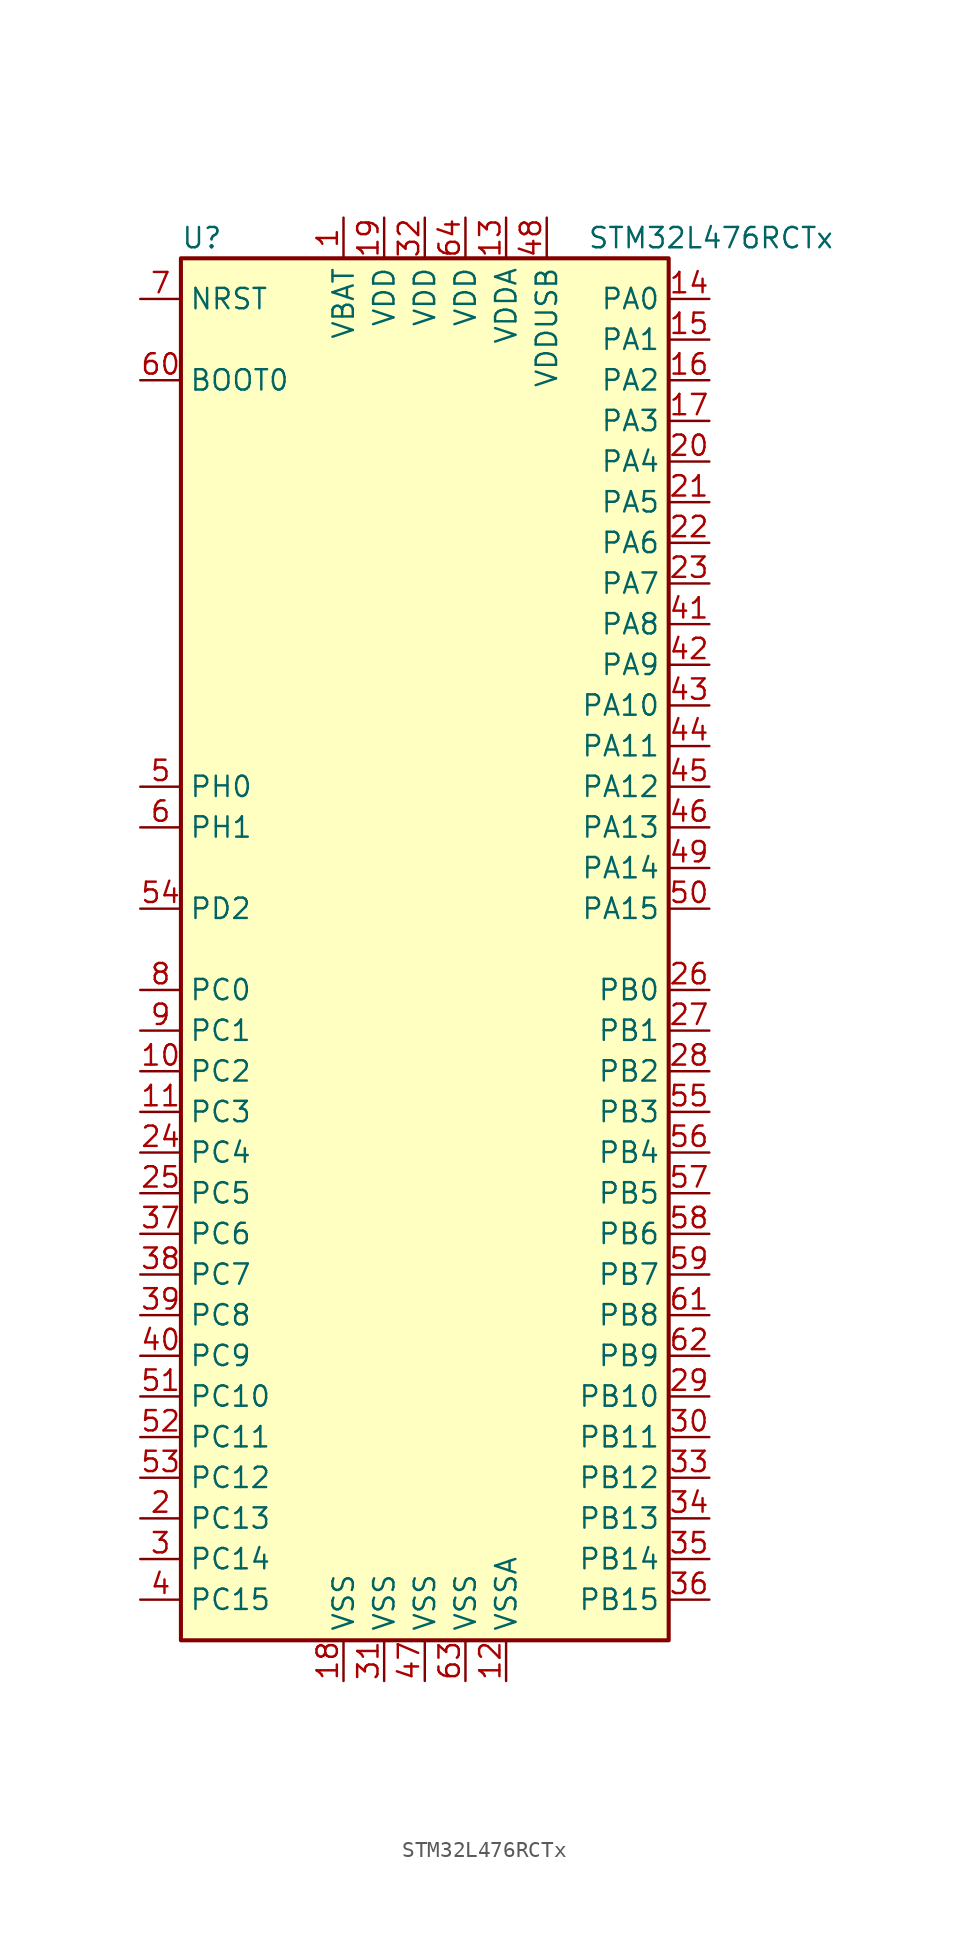
<source format=kicad_sym>
(kicad_symbol_lib
  (version 20201005)
  (generator kicad_symbol_editor)
  (symbol "MCU_ST_STM32L4:STM32L476RCTx"
    (property "Reference" "U"
      (at -15.24 44.45 0)
      (effects (font (size 1.27 1.27)) (justify left)))
    (property "Value" "STM32L476RCTx"
      (at 10.16 44.45 0)
      (effects (font (size 1.27 1.27)) (justify left)))
    (symbol "STM32L476RCTx_0_1"
      (rectangle (start -15.24 -43.18) (end 15.24 43.18) (stroke (width 0.254)) (fill (type background))))
    (symbol "STM32L476RCTx_1_1"
      (pin power_in line (at -5.08 45.72 270) (length 2.54) (name "VBAT" (effects (font (size 1.27 1.27)))) (number "1" (effects (font (size 1.27 1.27)))))
      (pin bidirectional line (at -17.78 -7.62 0) (length 2.54) (name "PC2" (effects (font (size 1.27 1.27)))) (number "10" (effects (font (size 1.27 1.27)))))
      (pin bidirectional line (at -17.78 -10.16 0) (length 2.54) (name "PC3" (effects (font (size 1.27 1.27)))) (number "11" (effects (font (size 1.27 1.27)))))
      (pin power_in line (at 5.08 -45.72 90) (length 2.54) (name "VSSA" (effects (font (size 1.27 1.27)))) (number "12" (effects (font (size 1.27 1.27)))))
      (pin power_in line (at 5.08 45.72 270) (length 2.54) (name "VDDA" (effects (font (size 1.27 1.27)))) (number "13" (effects (font (size 1.27 1.27)))))
      (pin bidirectional line (at 17.78 40.64 180) (length 2.54) (name "PA0" (effects (font (size 1.27 1.27)))) (number "14" (effects (font (size 1.27 1.27)))))
      (pin bidirectional line (at 17.78 38.1 180) (length 2.54) (name "PA1" (effects (font (size 1.27 1.27)))) (number "15" (effects (font (size 1.27 1.27)))))
      (pin bidirectional line (at 17.78 35.56 180) (length 2.54) (name "PA2" (effects (font (size 1.27 1.27)))) (number "16" (effects (font (size 1.27 1.27)))))
      (pin bidirectional line (at 17.78 33.02 180) (length 2.54) (name "PA3" (effects (font (size 1.27 1.27)))) (number "17" (effects (font (size 1.27 1.27)))))
      (pin power_in line (at -5.08 -45.72 90) (length 2.54) (name "VSS" (effects (font (size 1.27 1.27)))) (number "18" (effects (font (size 1.27 1.27)))))
      (pin power_in line (at -2.54 45.72 270) (length 2.54) (name "VDD" (effects (font (size 1.27 1.27)))) (number "19" (effects (font (size 1.27 1.27)))))
      (pin bidirectional line (at -17.78 -35.56 0) (length 2.54) (name "PC13" (effects (font (size 1.27 1.27)))) (number "2" (effects (font (size 1.27 1.27)))))
      (pin bidirectional line (at 17.78 30.48 180) (length 2.54) (name "PA4" (effects (font (size 1.27 1.27)))) (number "20" (effects (font (size 1.27 1.27)))))
      (pin bidirectional line (at 17.78 27.94 180) (length 2.54) (name "PA5" (effects (font (size 1.27 1.27)))) (number "21" (effects (font (size 1.27 1.27)))))
      (pin bidirectional line (at 17.78 25.4 180) (length 2.54) (name "PA6" (effects (font (size 1.27 1.27)))) (number "22" (effects (font (size 1.27 1.27)))))
      (pin bidirectional line (at 17.78 22.86 180) (length 2.54) (name "PA7" (effects (font (size 1.27 1.27)))) (number "23" (effects (font (size 1.27 1.27)))))
      (pin bidirectional line (at -17.78 -12.7 0) (length 2.54) (name "PC4" (effects (font (size 1.27 1.27)))) (number "24" (effects (font (size 1.27 1.27)))))
      (pin bidirectional line (at -17.78 -15.24 0) (length 2.54) (name "PC5" (effects (font (size 1.27 1.27)))) (number "25" (effects (font (size 1.27 1.27)))))
      (pin bidirectional line (at 17.78 -2.54 180) (length 2.54) (name "PB0" (effects (font (size 1.27 1.27)))) (number "26" (effects (font (size 1.27 1.27)))))
      (pin bidirectional line (at 17.78 -5.08 180) (length 2.54) (name "PB1" (effects (font (size 1.27 1.27)))) (number "27" (effects (font (size 1.27 1.27)))))
      (pin bidirectional line (at 17.78 -7.62 180) (length 2.54) (name "PB2" (effects (font (size 1.27 1.27)))) (number "28" (effects (font (size 1.27 1.27)))))
      (pin bidirectional line (at 17.78 -27.94 180) (length 2.54) (name "PB10" (effects (font (size 1.27 1.27)))) (number "29" (effects (font (size 1.27 1.27)))))
      (pin bidirectional line (at -17.78 -38.1 0) (length 2.54) (name "PC14" (effects (font (size 1.27 1.27)))) (number "3" (effects (font (size 1.27 1.27)))))
      (pin bidirectional line (at 17.78 -30.48 180) (length 2.54) (name "PB11" (effects (font (size 1.27 1.27)))) (number "30" (effects (font (size 1.27 1.27)))))
      (pin power_in line (at -2.54 -45.72 90) (length 2.54) (name "VSS" (effects (font (size 1.27 1.27)))) (number "31" (effects (font (size 1.27 1.27)))))
      (pin power_in line (at 0 45.72 270) (length 2.54) (name "VDD" (effects (font (size 1.27 1.27)))) (number "32" (effects (font (size 1.27 1.27)))))
      (pin bidirectional line (at 17.78 -33.02 180) (length 2.54) (name "PB12" (effects (font (size 1.27 1.27)))) (number "33" (effects (font (size 1.27 1.27)))))
      (pin bidirectional line (at 17.78 -35.56 180) (length 2.54) (name "PB13" (effects (font (size 1.27 1.27)))) (number "34" (effects (font (size 1.27 1.27)))))
      (pin bidirectional line (at 17.78 -38.1 180) (length 2.54) (name "PB14" (effects (font (size 1.27 1.27)))) (number "35" (effects (font (size 1.27 1.27)))))
      (pin bidirectional line (at 17.78 -40.64 180) (length 2.54) (name "PB15" (effects (font (size 1.27 1.27)))) (number "36" (effects (font (size 1.27 1.27)))))
      (pin bidirectional line (at -17.78 -17.78 0) (length 2.54) (name "PC6" (effects (font (size 1.27 1.27)))) (number "37" (effects (font (size 1.27 1.27)))))
      (pin bidirectional line (at -17.78 -20.32 0) (length 2.54) (name "PC7" (effects (font (size 1.27 1.27)))) (number "38" (effects (font (size 1.27 1.27)))))
      (pin bidirectional line (at -17.78 -22.86 0) (length 2.54) (name "PC8" (effects (font (size 1.27 1.27)))) (number "39" (effects (font (size 1.27 1.27)))))
      (pin bidirectional line (at -17.78 -40.64 0) (length 2.54) (name "PC15" (effects (font (size 1.27 1.27)))) (number "4" (effects (font (size 1.27 1.27)))))
      (pin bidirectional line (at -17.78 -25.4 0) (length 2.54) (name "PC9" (effects (font (size 1.27 1.27)))) (number "40" (effects (font (size 1.27 1.27)))))
      (pin bidirectional line (at 17.78 20.32 180) (length 2.54) (name "PA8" (effects (font (size 1.27 1.27)))) (number "41" (effects (font (size 1.27 1.27)))))
      (pin bidirectional line (at 17.78 17.78 180) (length 2.54) (name "PA9" (effects (font (size 1.27 1.27)))) (number "42" (effects (font (size 1.27 1.27)))))
      (pin bidirectional line (at 17.78 15.24 180) (length 2.54) (name "PA10" (effects (font (size 1.27 1.27)))) (number "43" (effects (font (size 1.27 1.27)))))
      (pin bidirectional line (at 17.78 12.7 180) (length 2.54) (name "PA11" (effects (font (size 1.27 1.27)))) (number "44" (effects (font (size 1.27 1.27)))))
      (pin bidirectional line (at 17.78 10.16 180) (length 2.54) (name "PA12" (effects (font (size 1.27 1.27)))) (number "45" (effects (font (size 1.27 1.27)))))
      (pin bidirectional line (at 17.78 7.62 180) (length 2.54) (name "PA13" (effects (font (size 1.27 1.27)))) (number "46" (effects (font (size 1.27 1.27)))))
      (pin power_in line (at 0 -45.72 90) (length 2.54) (name "VSS" (effects (font (size 1.27 1.27)))) (number "47" (effects (font (size 1.27 1.27)))))
      (pin power_in line (at 7.62 45.72 270) (length 2.54) (name "VDDUSB" (effects (font (size 1.27 1.27)))) (number "48" (effects (font (size 1.27 1.27)))))
      (pin bidirectional line (at 17.78 5.08 180) (length 2.54) (name "PA14" (effects (font (size 1.27 1.27)))) (number "49" (effects (font (size 1.27 1.27)))))
      (pin input line (at -17.78 10.16 0) (length 2.54) (name "PH0" (effects (font (size 1.27 1.27)))) (number "5" (effects (font (size 1.27 1.27)))))
      (pin bidirectional line (at 17.78 2.54 180) (length 2.54) (name "PA15" (effects (font (size 1.27 1.27)))) (number "50" (effects (font (size 1.27 1.27)))))
      (pin bidirectional line (at -17.78 -27.94 0) (length 2.54) (name "PC10" (effects (font (size 1.27 1.27)))) (number "51" (effects (font (size 1.27 1.27)))))
      (pin bidirectional line (at -17.78 -30.48 0) (length 2.54) (name "PC11" (effects (font (size 1.27 1.27)))) (number "52" (effects (font (size 1.27 1.27)))))
      (pin bidirectional line (at -17.78 -33.02 0) (length 2.54) (name "PC12" (effects (font (size 1.27 1.27)))) (number "53" (effects (font (size 1.27 1.27)))))
      (pin bidirectional line (at -17.78 2.54 0) (length 2.54) (name "PD2" (effects (font (size 1.27 1.27)))) (number "54" (effects (font (size 1.27 1.27)))))
      (pin bidirectional line (at 17.78 -10.16 180) (length 2.54) (name "PB3" (effects (font (size 1.27 1.27)))) (number "55" (effects (font (size 1.27 1.27)))))
      (pin bidirectional line (at 17.78 -12.7 180) (length 2.54) (name "PB4" (effects (font (size 1.27 1.27)))) (number "56" (effects (font (size 1.27 1.27)))))
      (pin bidirectional line (at 17.78 -15.24 180) (length 2.54) (name "PB5" (effects (font (size 1.27 1.27)))) (number "57" (effects (font (size 1.27 1.27)))))
      (pin bidirectional line (at 17.78 -17.78 180) (length 2.54) (name "PB6" (effects (font (size 1.27 1.27)))) (number "58" (effects (font (size 1.27 1.27)))))
      (pin bidirectional line (at 17.78 -20.32 180) (length 2.54) (name "PB7" (effects (font (size 1.27 1.27)))) (number "59" (effects (font (size 1.27 1.27)))))
      (pin input line (at -17.78 7.62 0) (length 2.54) (name "PH1" (effects (font (size 1.27 1.27)))) (number "6" (effects (font (size 1.27 1.27)))))
      (pin input line (at -17.78 35.56 0) (length 2.54) (name "BOOT0" (effects (font (size 1.27 1.27)))) (number "60" (effects (font (size 1.27 1.27)))))
      (pin bidirectional line (at 17.78 -22.86 180) (length 2.54) (name "PB8" (effects (font (size 1.27 1.27)))) (number "61" (effects (font (size 1.27 1.27)))))
      (pin bidirectional line (at 17.78 -25.4 180) (length 2.54) (name "PB9" (effects (font (size 1.27 1.27)))) (number "62" (effects (font (size 1.27 1.27)))))
      (pin power_in line (at 2.54 -45.72 90) (length 2.54) (name "VSS" (effects (font (size 1.27 1.27)))) (number "63" (effects (font (size 1.27 1.27)))))
      (pin power_in line (at 2.54 45.72 270) (length 2.54) (name "VDD" (effects (font (size 1.27 1.27)))) (number "64" (effects (font (size 1.27 1.27)))))
      (pin input line (at -17.78 40.64 0) (length 2.54) (name "NRST" (effects (font (size 1.27 1.27)))) (number "7" (effects (font (size 1.27 1.27)))))
      (pin bidirectional line (at -17.78 -2.54 0) (length 2.54) (name "PC0" (effects (font (size 1.27 1.27)))) (number "8" (effects (font (size 1.27 1.27)))))
      (pin bidirectional line (at -17.78 -5.08 0) (length 2.54) (name "PC1" (effects (font (size 1.27 1.27)))) (number "9" (effects (font (size 1.27 1.27))))))))
</source>
